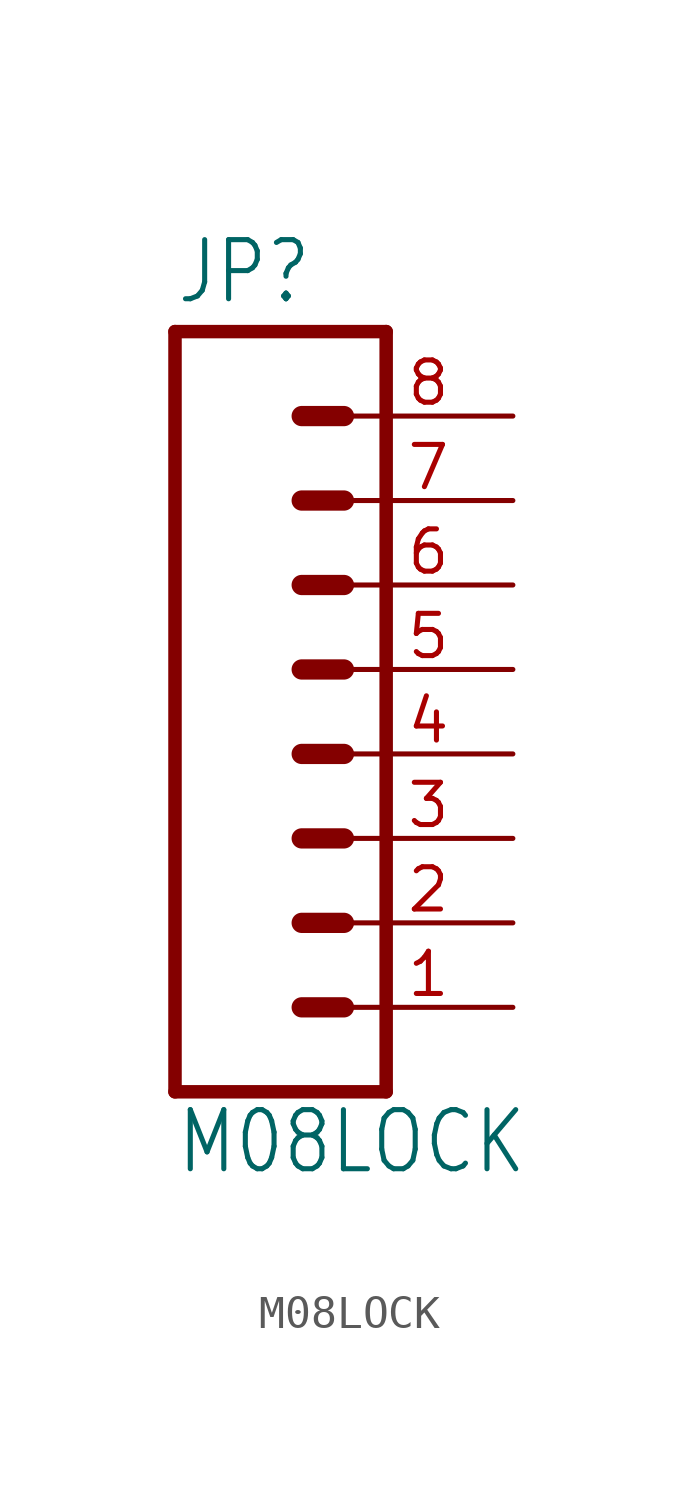
<source format=kicad_sym>
(kicad_symbol_lib
  (version 20211014)
  (generator kicad_symbol_editor)
  (symbol "M08LOCK"
    (property "Reference" "JP"
      (at -5.08 13.462 0)
      (effects (font (size 1.778 1.511)) (justify left bottom)))
    (property "Value" "M08LOCK"
      (at -5.08 -12.7 0)
      (effects (font (size 1.778 1.511)) (justify left bottom)))
    (property "ki_locked" ""
      (at 0 0 0)
      (effects (font (size 1.27 1.27))))
    (symbol "M08LOCK_1_0"
      (polyline (pts (xy -5.08 12.7) (xy -5.08 -10.16)) (stroke (width 0.406) (type default) (color 0 0 0 0)) (fill (type none)))
      (polyline (pts (xy -5.08 12.7) (xy 1.27 12.7)) (stroke (width 0.406) (type default) (color 0 0 0 0)) (fill (type none)))
      (polyline (pts (xy -1.27 -7.62) (xy 0 -7.62)) (stroke (width 0.61) (type default) (color 0 0 0 0)) (fill (type none)))
      (polyline (pts (xy -1.27 -5.08) (xy 0 -5.08)) (stroke (width 0.61) (type default) (color 0 0 0 0)) (fill (type none)))
      (polyline (pts (xy -1.27 -2.54) (xy 0 -2.54)) (stroke (width 0.61) (type default) (color 0 0 0 0)) (fill (type none)))
      (polyline (pts (xy -1.27 0) (xy 0 0)) (stroke (width 0.61) (type default) (color 0 0 0 0)) (fill (type none)))
      (polyline (pts (xy -1.27 2.54) (xy 0 2.54)) (stroke (width 0.61) (type default) (color 0 0 0 0)) (fill (type none)))
      (polyline (pts (xy -1.27 5.08) (xy 0 5.08)) (stroke (width 0.61) (type default) (color 0 0 0 0)) (fill (type none)))
      (polyline (pts (xy -1.27 7.62) (xy 0 7.62)) (stroke (width 0.61) (type default) (color 0 0 0 0)) (fill (type none)))
      (polyline (pts (xy -1.27 10.16) (xy 0 10.16)) (stroke (width 0.61) (type default) (color 0 0 0 0)) (fill (type none)))
      (polyline (pts (xy 1.27 -10.16) (xy -5.08 -10.16)) (stroke (width 0.406) (type default) (color 0 0 0 0)) (fill (type none)))
      (polyline (pts (xy 1.27 -10.16) (xy 1.27 12.7)) (stroke (width 0.406) (type default) (color 0 0 0 0)) (fill (type none)))
      (pin passive line (at 5.08 -7.62 180) (length 5.08) (name "1" (effects (font (size 0 0)))) (number "1" (effects (font (size 1.27 1.27)))))
      (pin passive line (at 5.08 -5.08 180) (length 5.08) (name "2" (effects (font (size 0 0)))) (number "2" (effects (font (size 1.27 1.27)))))
      (pin passive line (at 5.08 -2.54 180) (length 5.08) (name "3" (effects (font (size 0 0)))) (number "3" (effects (font (size 1.27 1.27)))))
      (pin passive line (at 5.08 0 180) (length 5.08) (name "4" (effects (font (size 0 0)))) (number "4" (effects (font (size 1.27 1.27)))))
      (pin passive line (at 5.08 2.54 180) (length 5.08) (name "5" (effects (font (size 0 0)))) (number "5" (effects (font (size 1.27 1.27)))))
      (pin passive line (at 5.08 5.08 180) (length 5.08) (name "6" (effects (font (size 0 0)))) (number "6" (effects (font (size 1.27 1.27)))))
      (pin passive line (at 5.08 7.62 180) (length 5.08) (name "7" (effects (font (size 0 0)))) (number "7" (effects (font (size 1.27 1.27)))))
      (pin passive line (at 5.08 10.16 180) (length 5.08) (name "8" (effects (font (size 0 0)))) (number "8" (effects (font (size 1.27 1.27))))))))
</source>
